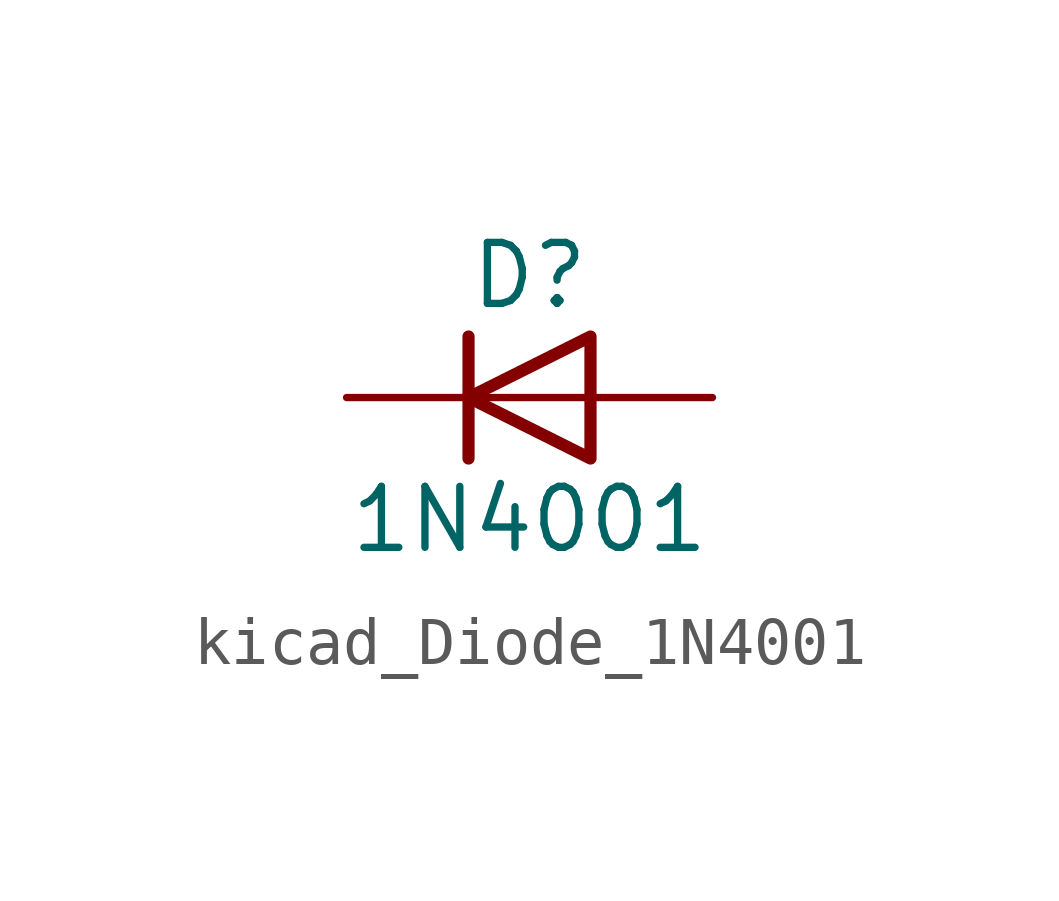
<source format=kicad_sym>
(kicad_symbol_lib
  (version 20220914)
  (generator kicad_symbol_editor)
  (symbol "kicad_Diode_1N4001"
    (pin_numbers hide)
    (pin_names hide)
    (property "Reference" "D"
      (at 0 2.54 0)
      (effects (font (size 1.27 1.27))))
    (property "Value" "1N4001"
      (at 0 -2.54 0)
      (effects (font (size 1.27 1.27))))
    (symbol "kicad_Diode_1N4001_0_1"
      (polyline (pts (xy -1.27 1.27) (xy -1.27 -1.27)) (stroke (width 0.254) (type default)) (fill (type none)))
      (polyline (pts (xy 1.27 0) (xy -1.27 0)) (stroke (width 0) (type default)) (fill (type none)))
      (polyline (pts (xy 1.27 1.27) (xy 1.27 -1.27) (xy -1.27 0) (xy 1.27 1.27)) (stroke (width 0.254) (type default)) (fill (type none))))
    (symbol "kicad_Diode_1N4001_1_1"
      (pin passive line (at -3.81 0 0) (length 2.54) (name "K" (effects (font (size 1.27 1.27)))) (number "1" (effects (font (size 1.27 1.27)))))
      (pin passive line (at 3.81 0 180) (length 2.54) (name "A" (effects (font (size 1.27 1.27)))) (number "2" (effects (font (size 1.27 1.27))))))))
</source>
